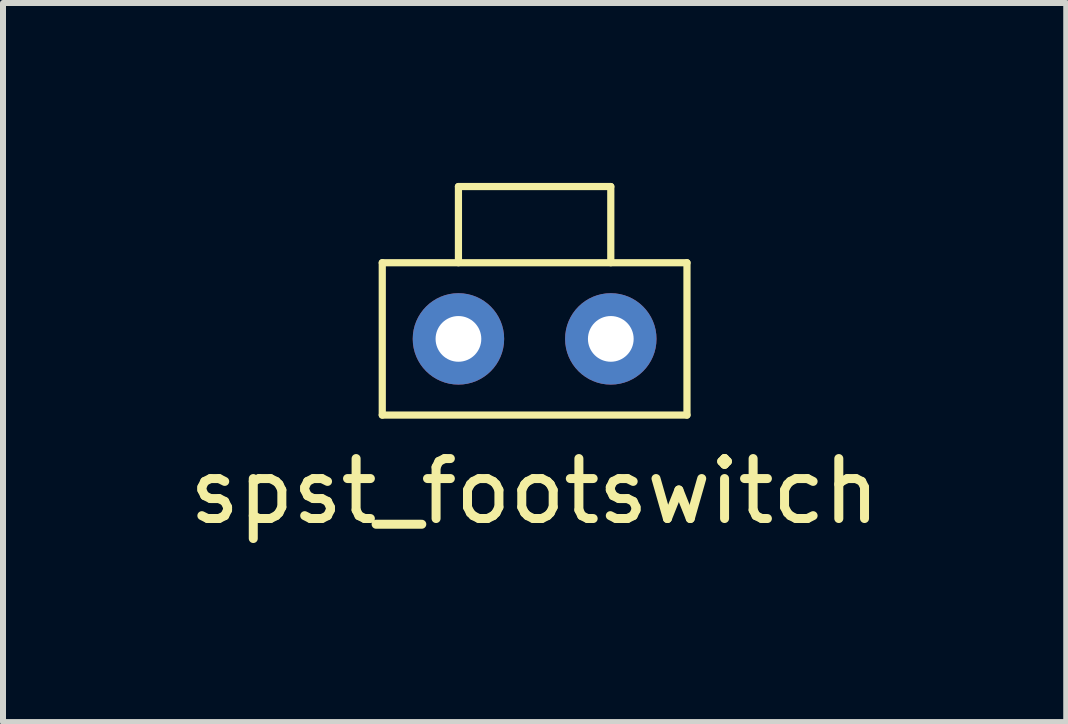
<source format=kicad_pcb>
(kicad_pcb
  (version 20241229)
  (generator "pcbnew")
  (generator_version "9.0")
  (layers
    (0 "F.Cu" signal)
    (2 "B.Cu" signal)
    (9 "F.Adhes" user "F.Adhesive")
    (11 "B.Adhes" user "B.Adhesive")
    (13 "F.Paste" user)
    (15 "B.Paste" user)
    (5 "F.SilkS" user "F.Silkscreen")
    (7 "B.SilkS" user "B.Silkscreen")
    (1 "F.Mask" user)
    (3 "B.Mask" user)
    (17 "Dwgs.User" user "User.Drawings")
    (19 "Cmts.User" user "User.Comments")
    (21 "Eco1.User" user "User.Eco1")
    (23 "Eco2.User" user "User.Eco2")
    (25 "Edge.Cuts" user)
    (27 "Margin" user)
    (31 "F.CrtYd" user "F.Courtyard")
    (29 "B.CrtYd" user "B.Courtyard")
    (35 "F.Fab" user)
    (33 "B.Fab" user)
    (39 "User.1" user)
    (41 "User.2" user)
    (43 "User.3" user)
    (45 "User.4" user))
  (footprint "spst_footswitch"
    (layer "F.Cu")
    (at 5.863 2.6)
    (property "Reference" "spst_footswitch" (at 0 2.54 0) (layer "F.SilkS") (effects (font (size 1 1) (thickness 0.15))))
    (attr through_hole)
    (fp_line (start -2.54 -1.27) (end -2.54 1.27) (stroke (width 0.12) (type solid)) (layer "F.SilkS"))
    (fp_line (start -2.54 1.27) (end 2.54 1.27) (stroke (width 0.12) (type solid)) (layer "F.SilkS"))
    (fp_line (start -1.27 -2.54) (end 1.27 -2.54) (stroke (width 0.12) (type solid)) (layer "F.SilkS"))
    (fp_line (start -1.27 -1.27) (end -1.27 -2.54) (stroke (width 0.12) (type solid)) (layer "F.SilkS"))
    (fp_line (start 1.27 -2.54) (end 1.27 -1.27) (stroke (width 0.12) (type solid)) (layer "F.SilkS"))
    (fp_line (start 2.54 -1.27) (end -2.54 -1.27) (stroke (width 0.12) (type solid)) (layer "F.SilkS"))
    (fp_line (start 2.54 1.27) (end 2.54 -1.27) (stroke (width 0.12) (type solid)) (layer "F.SilkS"))
    (pad "1" thru_hole circle (at -1.27 0) (size 1.524 1.524) (drill 0.762) (layers "*.Cu" "*.Mask"))
    (pad "2" thru_hole circle (at 1.27 0) (size 1.524 1.524) (drill 0.762) (layers "*.Cu" "*.Mask")))
  (gr_rect
    (start -3 -3)
    (end 14.726 8.988)
    (stroke (width 0.1) (type default))
    (fill no)
    (layer "Edge.Cuts")))
</source>
